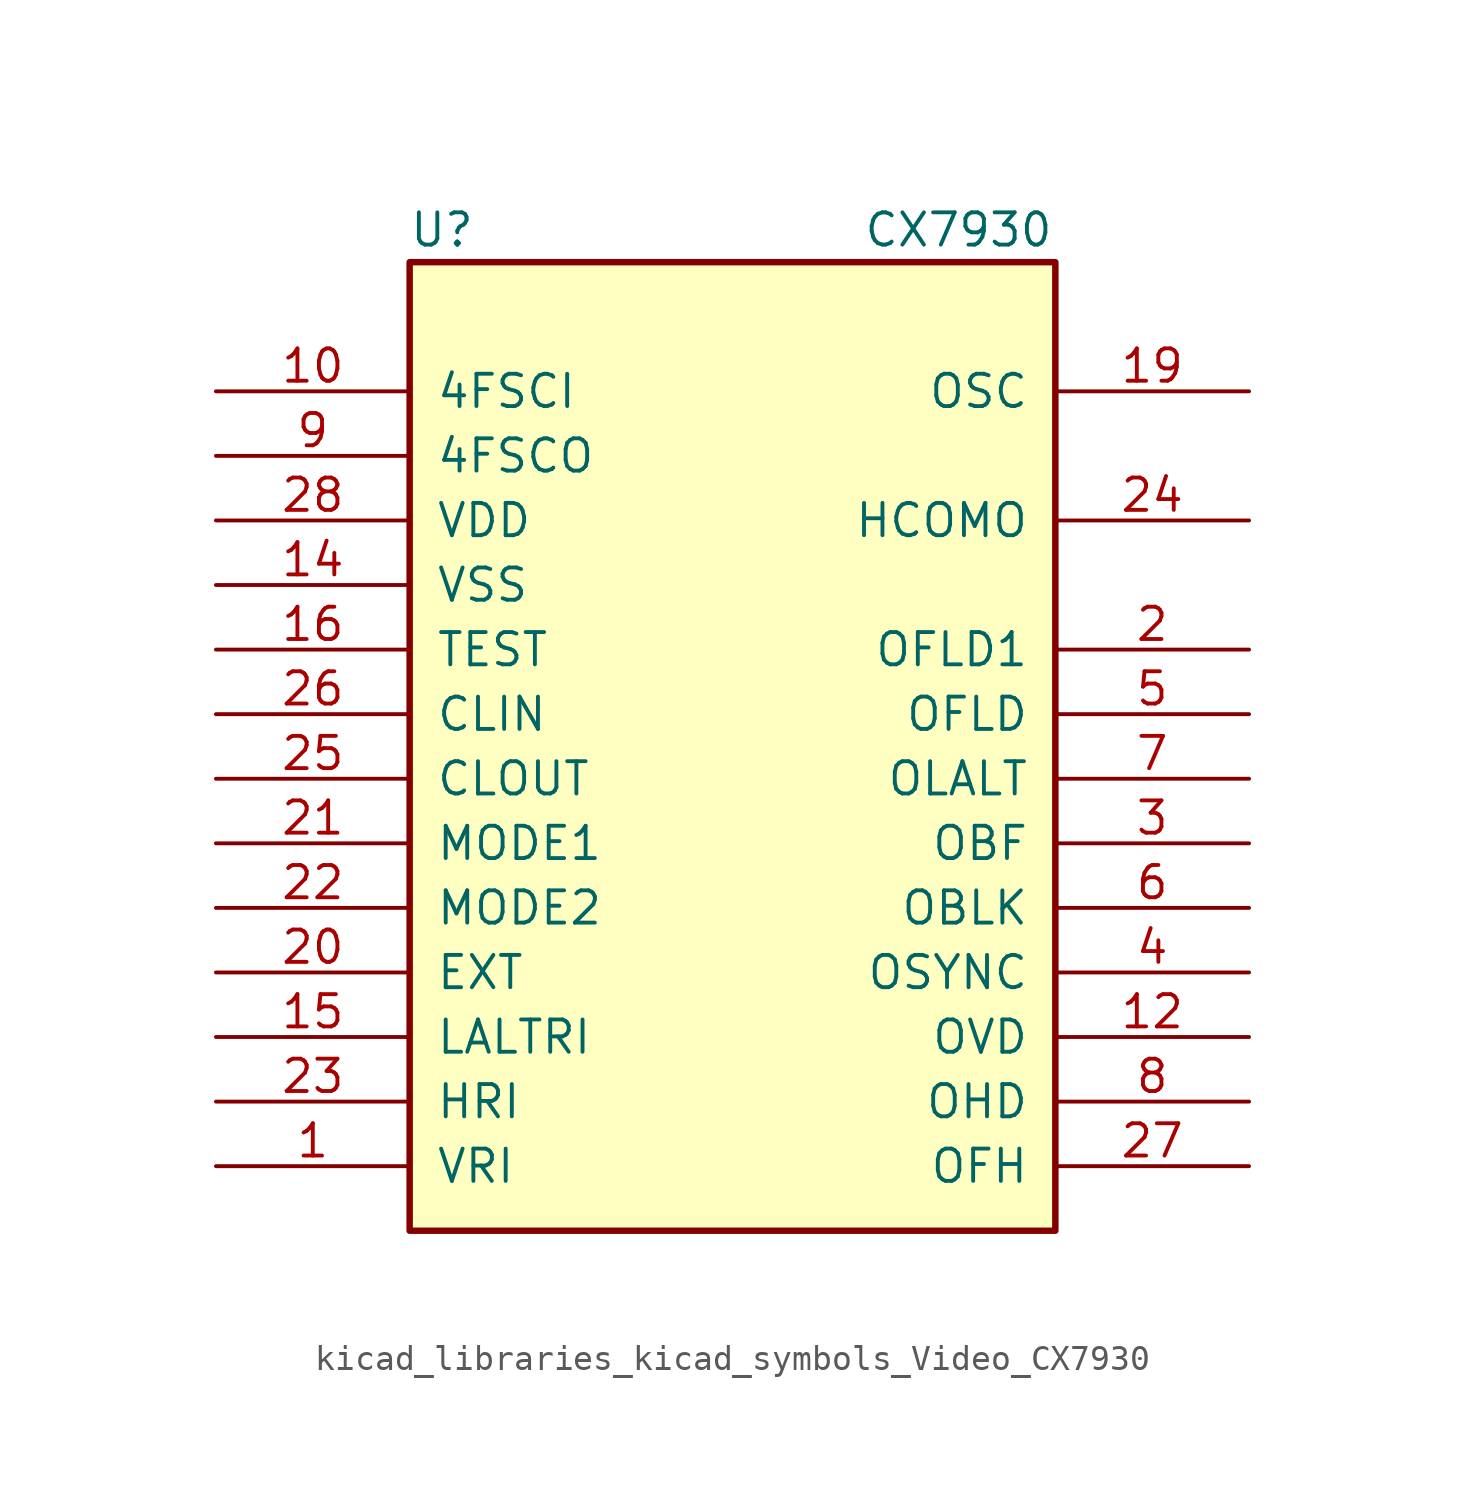
<source format=kicad_sym>
(kicad_symbol_lib
  (version 20220914)
  (generator kicad_symbol_editor)
  (symbol "kicad_libraries_kicad_symbols_Video_CX7930"
    (pin_names
      (offset 1.016))
    (property "Reference" "U"
      (at -11.43 20.32 0)
      (effects (font (size 1.27 1.27))))
    (property "Value" "CX7930"
      (at 8.89 20.32 0)
      (effects (font (size 1.27 1.27))))
    (symbol "kicad_libraries_kicad_symbols_Video_CX7930_0_1"
      (rectangle (start -12.7 -19.05) (end 12.7 19.05) (stroke (width 0.254) (type default)) (fill (type background))))
    (symbol "kicad_libraries_kicad_symbols_Video_CX7930_1_1"
      (pin input line (at -20.32 -16.51 0) (length 7.62) (name "VRI" (effects (font (size 1.27 1.27)))) (number "1" (effects (font (size 1.27 1.27)))))
      (pin input line (at -20.32 13.97 0) (length 7.62) (name "4FSCI" (effects (font (size 1.27 1.27)))) (number "10" (effects (font (size 1.27 1.27)))))
      (pin output line (at 20.32 -11.43 180) (length 7.62) (name "OVD" (effects (font (size 1.27 1.27)))) (number "12" (effects (font (size 1.27 1.27)))))
      (pin input line (at -20.32 6.35 0) (length 7.62) (name "VSS" (effects (font (size 1.27 1.27)))) (number "14" (effects (font (size 1.27 1.27)))))
      (pin input line (at -20.32 -11.43 0) (length 7.62) (name "LALTRI" (effects (font (size 1.27 1.27)))) (number "15" (effects (font (size 1.27 1.27)))))
      (pin input line (at -20.32 3.81 0) (length 7.62) (name "TEST" (effects (font (size 1.27 1.27)))) (number "16" (effects (font (size 1.27 1.27)))))
      (pin output line (at 20.32 13.97 180) (length 7.62) (name "OSC" (effects (font (size 1.27 1.27)))) (number "19" (effects (font (size 1.27 1.27)))))
      (pin output line (at 20.32 3.81 180) (length 7.62) (name "OFLD1" (effects (font (size 1.27 1.27)))) (number "2" (effects (font (size 1.27 1.27)))))
      (pin input line (at -20.32 -8.89 0) (length 7.62) (name "EXT" (effects (font (size 1.27 1.27)))) (number "20" (effects (font (size 1.27 1.27)))))
      (pin input line (at -20.32 -3.81 0) (length 7.62) (name "MODE1" (effects (font (size 1.27 1.27)))) (number "21" (effects (font (size 1.27 1.27)))))
      (pin input line (at -20.32 -6.35 0) (length 7.62) (name "MODE2" (effects (font (size 1.27 1.27)))) (number "22" (effects (font (size 1.27 1.27)))))
      (pin input line (at -20.32 -13.97 0) (length 7.62) (name "HRI" (effects (font (size 1.27 1.27)))) (number "23" (effects (font (size 1.27 1.27)))))
      (pin output line (at 20.32 8.89 180) (length 7.62) (name "HCOMO" (effects (font (size 1.27 1.27)))) (number "24" (effects (font (size 1.27 1.27)))))
      (pin output line (at -20.32 -1.27 0) (length 7.62) (name "CLOUT" (effects (font (size 1.27 1.27)))) (number "25" (effects (font (size 1.27 1.27)))))
      (pin input line (at -20.32 1.27 0) (length 7.62) (name "CLIN" (effects (font (size 1.27 1.27)))) (number "26" (effects (font (size 1.27 1.27)))))
      (pin output line (at 20.32 -16.51 180) (length 7.62) (name "OFH" (effects (font (size 1.27 1.27)))) (number "27" (effects (font (size 1.27 1.27)))))
      (pin input line (at -20.32 8.89 0) (length 7.62) (name "VDD" (effects (font (size 1.27 1.27)))) (number "28" (effects (font (size 1.27 1.27)))))
      (pin output line (at 20.32 -3.81 180) (length 7.62) (name "OBF" (effects (font (size 1.27 1.27)))) (number "3" (effects (font (size 1.27 1.27)))))
      (pin output line (at 20.32 -8.89 180) (length 7.62) (name "OSYNC" (effects (font (size 1.27 1.27)))) (number "4" (effects (font (size 1.27 1.27)))))
      (pin output line (at 20.32 1.27 180) (length 7.62) (name "OFLD" (effects (font (size 1.27 1.27)))) (number "5" (effects (font (size 1.27 1.27)))))
      (pin output line (at 20.32 -6.35 180) (length 7.62) (name "OBLK" (effects (font (size 1.27 1.27)))) (number "6" (effects (font (size 1.27 1.27)))))
      (pin output line (at 20.32 -1.27 180) (length 7.62) (name "OLALT" (effects (font (size 1.27 1.27)))) (number "7" (effects (font (size 1.27 1.27)))))
      (pin output line (at 20.32 -13.97 180) (length 7.62) (name "OHD" (effects (font (size 1.27 1.27)))) (number "8" (effects (font (size 1.27 1.27)))))
      (pin output line (at -20.32 11.43 0) (length 7.62) (name "4FSCO" (effects (font (size 1.27 1.27)))) (number "9" (effects (font (size 1.27 1.27))))))))
</source>
